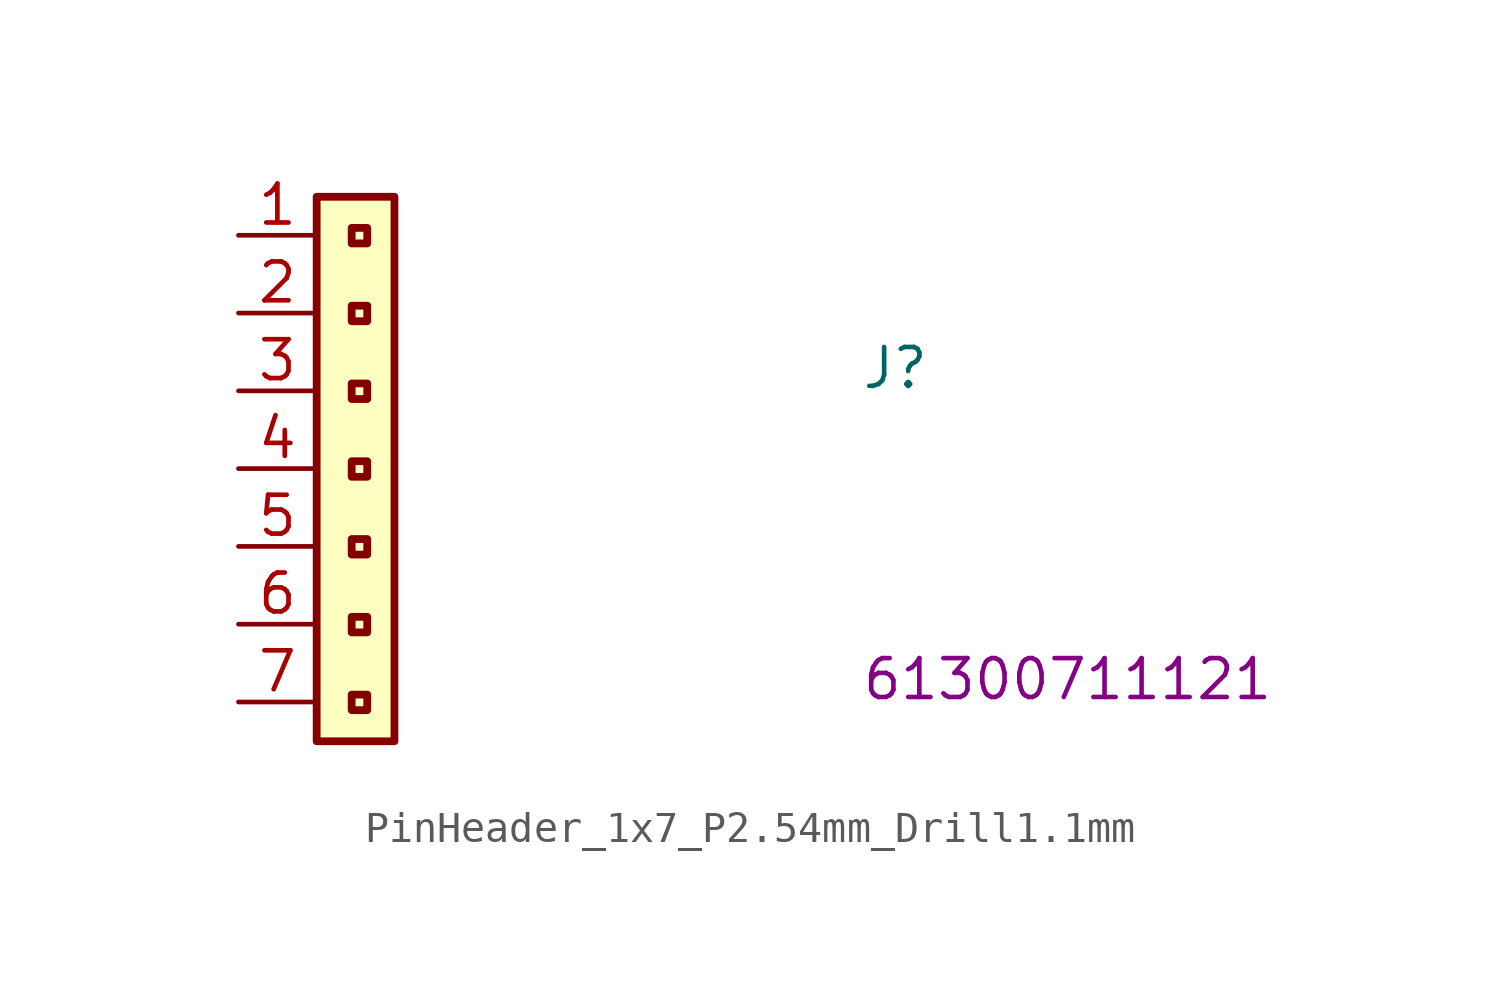
<source format=kicad_sym>
(kicad_symbol_lib
  (version 20220914)
  (generator kicad_symbol_editor)
  (symbol "PinHeader_1x7_P2.54mm_Drill1.1mm"
    (property "Reference" "J"
      (at 20.32 -5.08 0)
      (effects (font (size 1.27 1.27) (thickness 0.15)) (justify left bottom)))
    (property "MPN" "61300711121"
      (at 20.32 -15.24 0)
      (effects (font (size 1.27 1.27) (thickness 0.15)) (justify left bottom)))
    (symbol "PinHeader_1x7_P2.54mm_Drill1.1mm_1_1"
      (rectangle (start 4.204 -15.507) (end 3.696 -14.999) (stroke (width 0.254) (type default)) (fill (type none)))
      (rectangle (start 4.204 -12.967) (end 3.696 -12.459) (stroke (width 0.254) (type default)) (fill (type none)))
      (rectangle (start 4.204 -10.427) (end 3.696 -9.919) (stroke (width 0.254) (type default)) (fill (type none)))
      (rectangle (start 4.204 -7.887) (end 3.696 -7.379) (stroke (width 0.254) (type default)) (fill (type none)))
      (rectangle (start 4.204 -5.347) (end 3.696 -4.839) (stroke (width 0.254) (type default)) (fill (type none)))
      (rectangle (start 4.204 -2.807) (end 3.696 -2.299) (stroke (width 0.254) (type default)) (fill (type none)))
      (rectangle (start 4.204 -0.267) (end 3.696 0.241) (stroke (width 0.254) (type default)) (fill (type none)))
      (rectangle (start 5.093 -16.523) (end 2.553 1.257) (stroke (width 0.254) (type default)) (fill (type background)))
      (pin passive line (at 0 0 0) (length 2.54) (name "~" (effects (font (size 1.27 1.27)))) (number "1" (effects (font (size 1.27 1.27)))))
      (pin passive line (at 0 -2.54 0) (length 2.54) (name "~" (effects (font (size 1.27 1.27)))) (number "2" (effects (font (size 1.27 1.27)))))
      (pin passive line (at 0 -5.08 0) (length 2.54) (name "~" (effects (font (size 1.27 1.27)))) (number "3" (effects (font (size 1.27 1.27)))))
      (pin passive line (at 0 -7.62 0) (length 2.54) (name "~" (effects (font (size 1.27 1.27)))) (number "4" (effects (font (size 1.27 1.27)))))
      (pin passive line (at 0 -10.16 0) (length 2.54) (name "~" (effects (font (size 1.27 1.27)))) (number "5" (effects (font (size 1.27 1.27)))))
      (pin passive line (at 0 -12.7 0) (length 2.54) (name "~" (effects (font (size 1.27 1.27)))) (number "6" (effects (font (size 1.27 1.27)))))
      (pin passive line (at 0 -15.24 0) (length 2.54) (name "~" (effects (font (size 1.27 1.27)))) (number "7" (effects (font (size 1.27 1.27))))))))
</source>
